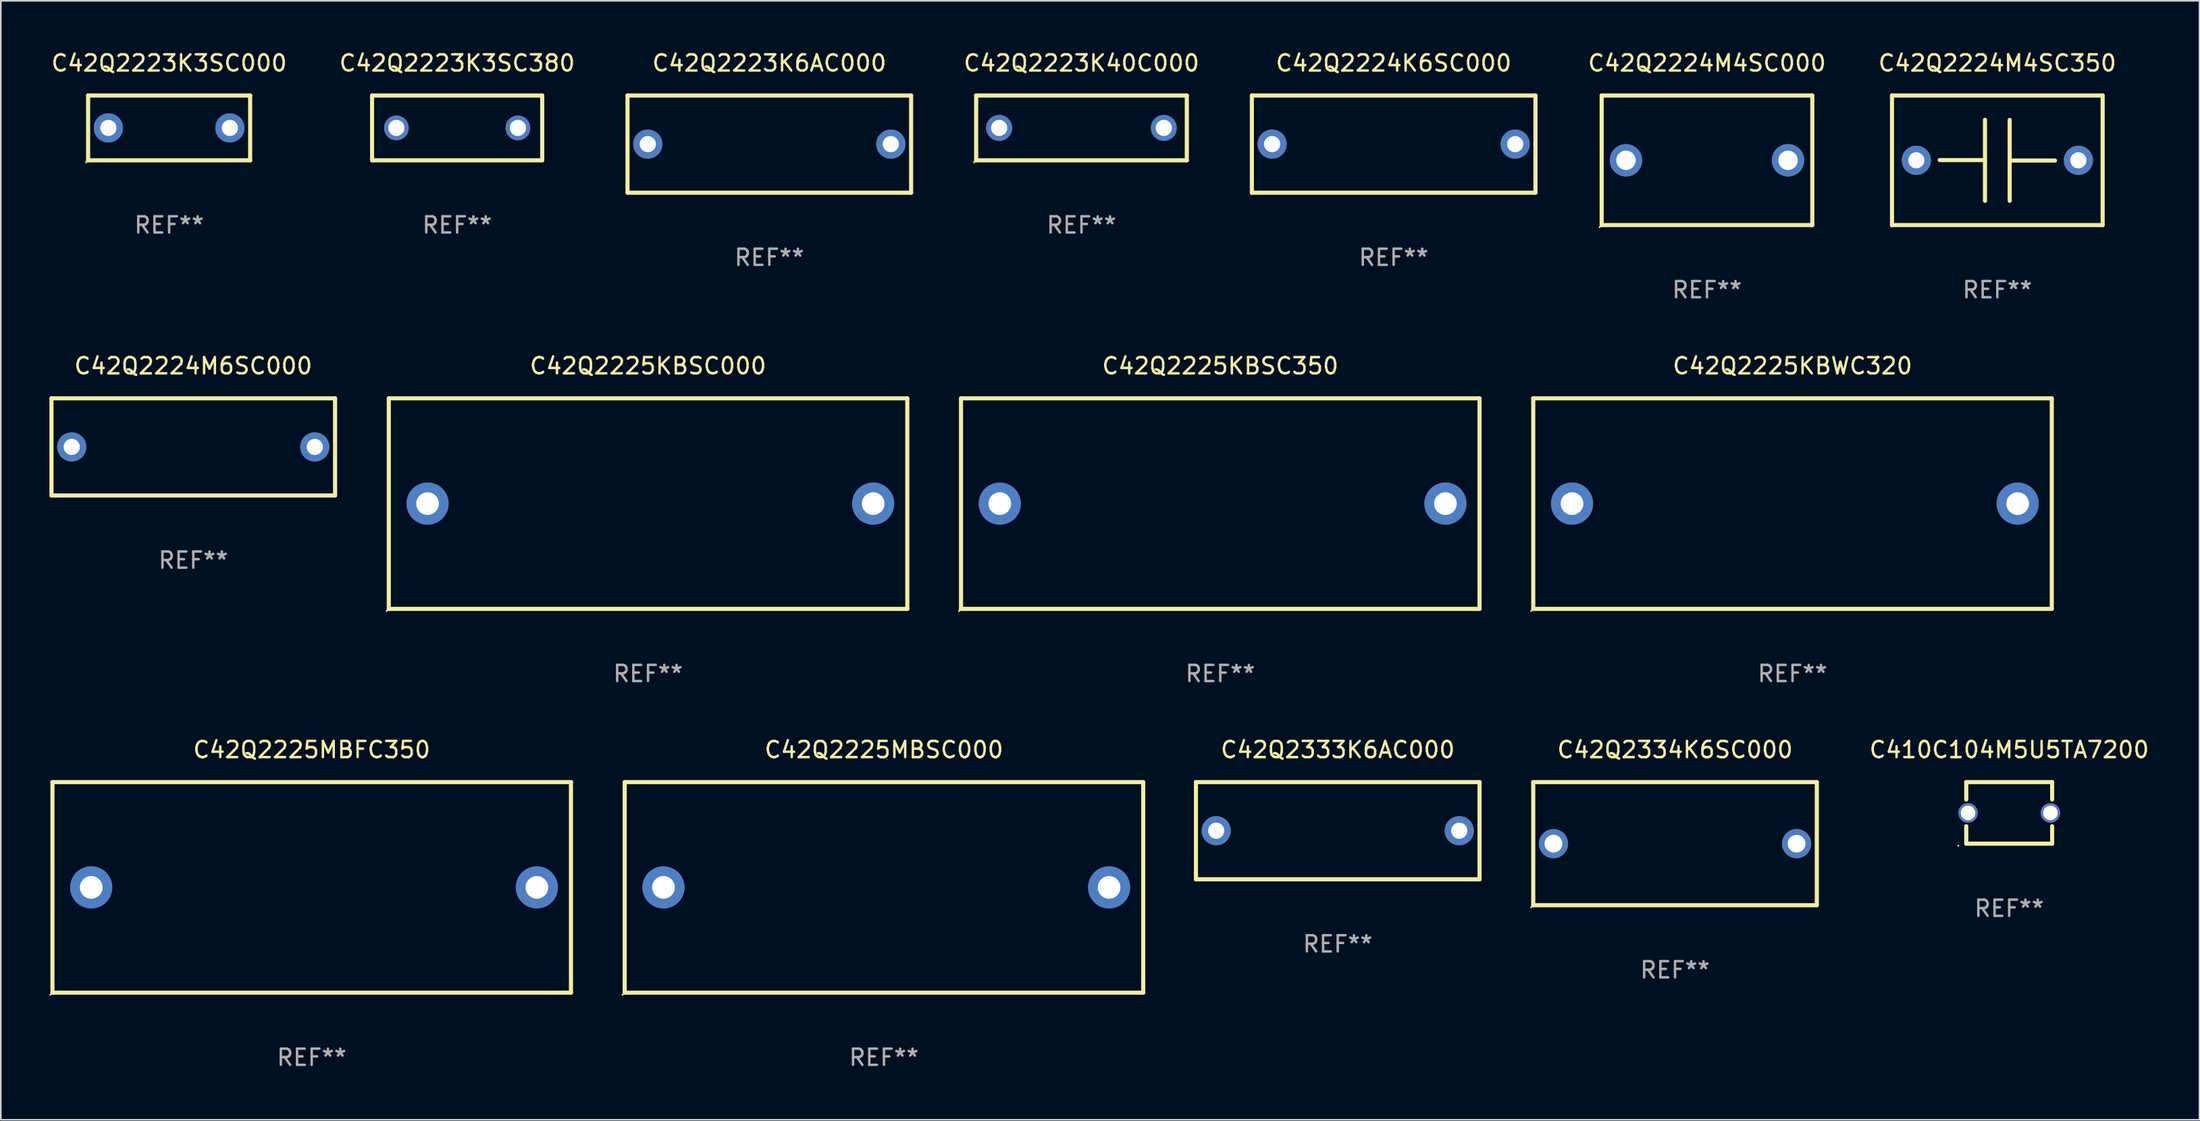
<source format=kicad_pcb>
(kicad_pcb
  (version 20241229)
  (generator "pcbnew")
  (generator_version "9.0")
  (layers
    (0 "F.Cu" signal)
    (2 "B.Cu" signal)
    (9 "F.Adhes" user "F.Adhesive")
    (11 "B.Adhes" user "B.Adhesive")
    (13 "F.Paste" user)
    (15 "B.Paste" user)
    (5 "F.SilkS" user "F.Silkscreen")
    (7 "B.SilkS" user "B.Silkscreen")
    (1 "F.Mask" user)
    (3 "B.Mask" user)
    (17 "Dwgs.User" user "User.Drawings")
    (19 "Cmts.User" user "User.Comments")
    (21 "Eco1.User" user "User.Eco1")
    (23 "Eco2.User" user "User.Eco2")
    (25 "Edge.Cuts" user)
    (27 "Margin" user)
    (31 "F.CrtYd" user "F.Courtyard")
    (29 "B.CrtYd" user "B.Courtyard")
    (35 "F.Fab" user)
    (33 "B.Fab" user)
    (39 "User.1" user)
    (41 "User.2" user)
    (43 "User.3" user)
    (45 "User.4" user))
  (footprint "C42Q2225KBSC350"
    (layer "F.Cu")
    (at 72.254 28.045)
    (property "Reference" "C42Q2225KBSC350" (at 0 -8.5 0) (layer "F.SilkS") (effects (font (size 1 1) (thickness 0.15))))
    (attr through_hole)
    (fp_line (start -15.999 -6.5) (end -15.999 6.5) (stroke (width 0.254) (type solid)) (layer "F.SilkS"))
    (fp_line (start -15.999 -6.5) (end 15.999 -6.5) (stroke (width 0.254) (type solid)) (layer "F.SilkS"))
    (fp_line (start 15.999 -6.5) (end 15.999 6.5) (stroke (width 0.254) (type solid)) (layer "F.SilkS"))
    (fp_line (start 15.999 6.5) (end -15.999 6.5) (stroke (width 0.254) (type solid)) (layer "F.SilkS"))
    (fp_circle (center -16.126 6.627) (end -16.096 6.627) (stroke (width 0.06) (type solid)) (fill no) (layer "F.SilkS"))
    (fp_text user "REF**" (at 0 10.5 0) (layer "F.Fab") (effects (font (size 1 1) (thickness 0.15))))
    (pad "1" thru_hole circle (at -13.606 0) (size 2.6 2.6) (drill 1.4) (layers "*.Cu" "*.Mask"))
    (pad "2" thru_hole circle (at 13.894 0) (size 2.6 2.6) (drill 1.4) (layers "*.Cu" "*.Mask")))
  (footprint "C42Q2223K6AC000"
    (layer "F.Cu")
    (at 44.425 5.848)
    (property "Reference" "C42Q2223K6AC000" (at 0 -5 0) (layer "F.SilkS") (effects (font (size 1 1) (thickness 0.15))))
    (attr through_hole)
    (fp_line (start -8.75 -3) (end 8.75 -3) (stroke (width 0.254) (type solid)) (layer "F.SilkS"))
    (fp_line (start -8.75 3) (end -8.75 -3) (stroke (width 0.254) (type solid)) (layer "F.SilkS"))
    (fp_line (start 8.75 -3) (end 8.75 3) (stroke (width 0.254) (type solid)) (layer "F.SilkS"))
    (fp_line (start 8.75 3) (end -8.75 3) (stroke (width 0.254) (type solid)) (layer "F.SilkS"))
    (fp_circle (center -8.75 3) (end -8.72 3) (stroke (width 0.06) (type solid)) (fill no) (layer "F.SilkS"))
    (fp_text user "REF**" (at 0 7 0) (layer "F.Fab") (effects (font (size 1 1) (thickness 0.15))))
    (pad "1" thru_hole circle (at -7.5 0) (size 1.8 1.8) (drill 1) (layers "*.Cu" "*.Mask"))
    (pad "2" thru_hole circle (at 7.5 0) (size 1.8 1.8) (drill 1) (layers "*.Cu" "*.Mask")))
  (footprint "C42Q2223K3SC380"
    (layer "F.Cu")
    (at 25.161 4.848)
    (property "Reference" "C42Q2223K3SC380" (at 0 -4 0) (layer "F.SilkS") (effects (font (size 1 1) (thickness 0.15))))
    (attr through_hole)
    (fp_line (start -5.25 -2) (end 5.25 -2) (stroke (width 0.254) (type solid)) (layer "F.SilkS"))
    (fp_line (start -5.25 2) (end -5.25 -2) (stroke (width 0.254) (type solid)) (layer "F.SilkS"))
    (fp_line (start 5.25 -2) (end 5.25 2) (stroke (width 0.254) (type solid)) (layer "F.SilkS"))
    (fp_line (start 5.25 2) (end -5.25 2) (stroke (width 0.254) (type solid)) (layer "F.SilkS"))
    (fp_circle (center -5.25 2) (end -5.22 2) (stroke (width 0.06) (type solid)) (fill no) (layer "F.SilkS"))
    (fp_text user "REF**" (at 0 6 0) (layer "F.Fab") (effects (font (size 1 1) (thickness 0.15))))
    (pad "1" thru_hole circle (at -3.75 0) (size 1.524 1.524) (drill 1) (layers "*.Cu" "*.Mask"))
    (pad "2" thru_hole circle (at 3.75 0) (size 1.524 1.524) (drill 1) (layers "*.Cu" "*.Mask")))
  (footprint "C42Q2225MBFC350"
    (layer "F.Cu")
    (at 16.186 51.741)
    (property "Reference" "C42Q2225MBFC350" (at 0 -8.5 0) (layer "F.SilkS") (effects (font (size 1 1) (thickness 0.15))))
    (attr through_hole)
    (fp_line (start -15.999 -6.5) (end -15.999 6.5) (stroke (width 0.254) (type solid)) (layer "F.SilkS"))
    (fp_line (start -15.999 -6.5) (end 15.999 -6.5) (stroke (width 0.254) (type solid)) (layer "F.SilkS"))
    (fp_line (start 15.999 -6.5) (end 15.999 6.5) (stroke (width 0.254) (type solid)) (layer "F.SilkS"))
    (fp_line (start 15.999 6.5) (end -15.999 6.5) (stroke (width 0.254) (type solid)) (layer "F.SilkS"))
    (fp_circle (center -16.126 6.627) (end -16.096 6.627) (stroke (width 0.06) (type solid)) (fill no) (layer "F.SilkS"))
    (fp_text user "REF**" (at 0 10.5 0) (layer "F.Fab") (effects (font (size 1 1) (thickness 0.15))))
    (pad "1" thru_hole circle (at -13.606 0) (size 2.6 2.6) (drill 1.4) (layers "*.Cu" "*.Mask"))
    (pad "2" thru_hole circle (at 13.894 0) (size 2.6 2.6) (drill 1.4) (layers "*.Cu" "*.Mask")))
  (footprint "C42Q2225KBSC000"
    (layer "F.Cu")
    (at 36.941 28.045)
    (property "Reference" "C42Q2225KBSC000" (at 0 -8.5 0) (layer "F.SilkS") (effects (font (size 1 1) (thickness 0.15))))
    (attr through_hole)
    (fp_line (start -15.999 -6.5) (end -15.999 6.5) (stroke (width 0.254) (type solid)) (layer "F.SilkS"))
    (fp_line (start -15.999 -6.5) (end 15.999 -6.5) (stroke (width 0.254) (type solid)) (layer "F.SilkS"))
    (fp_line (start 15.999 -6.5) (end 15.999 6.5) (stroke (width 0.254) (type solid)) (layer "F.SilkS"))
    (fp_line (start 15.999 6.5) (end -15.999 6.5) (stroke (width 0.254) (type solid)) (layer "F.SilkS"))
    (fp_circle (center -16.126 6.627) (end -16.096 6.627) (stroke (width 0.06) (type solid)) (fill no) (layer "F.SilkS"))
    (fp_text user "REF**" (at 0 10.5 0) (layer "F.Fab") (effects (font (size 1 1) (thickness 0.15))))
    (pad "1" thru_hole circle (at -13.606 0) (size 2.6 2.6) (drill 1.4) (layers "*.Cu" "*.Mask"))
    (pad "2" thru_hole circle (at 13.894 0) (size 2.6 2.6) (drill 1.4) (layers "*.Cu" "*.Mask")))
  (footprint "C42Q2224M6SC000"
    (layer "F.Cu")
    (at 8.877 24.545)
    (property "Reference" "C42Q2224M6SC000" (at 0 -5 0) (layer "F.SilkS") (effects (font (size 1 1) (thickness 0.15))))
    (attr through_hole)
    (fp_line (start -8.75 -3) (end 8.75 -3) (stroke (width 0.254) (type solid)) (layer "F.SilkS"))
    (fp_line (start -8.75 3) (end -8.75 -3) (stroke (width 0.254) (type solid)) (layer "F.SilkS"))
    (fp_line (start 8.75 -3) (end 8.75 3) (stroke (width 0.254) (type solid)) (layer "F.SilkS"))
    (fp_line (start 8.75 3) (end -8.75 3) (stroke (width 0.254) (type solid)) (layer "F.SilkS"))
    (fp_circle (center -8.75 3) (end -8.72 3) (stroke (width 0.06) (type solid)) (fill no) (layer "F.SilkS"))
    (fp_text user "REF**" (at 0 7 0) (layer "F.Fab") (effects (font (size 1 1) (thickness 0.15))))
    (pad "1" thru_hole circle (at -7.5 0) (size 1.8 1.8) (drill 1) (layers "*.Cu" "*.Mask"))
    (pad "2" thru_hole circle (at 7.5 0) (size 1.8 1.8) (drill 1) (layers "*.Cu" "*.Mask")))
  (footprint "C410C104M5U5TA7200"
    (layer "F.Cu")
    (at 120.939 47.141)
    (property "Reference" "C410C104M5U5TA7200" (at 0 -3.9 0) (layer "F.SilkS") (effects (font (size 1 1) (thickness 0.15))))
    (attr through_hole)
    (fp_line (start -2.65 -1.9) (end 2.65 -1.9) (stroke (width 0.254) (type solid)) (layer "F.SilkS"))
    (fp_line (start -2.65 -0.824) (end -2.65 -1.9) (stroke (width 0.254) (type solid)) (layer "F.SilkS"))
    (fp_line (start -2.65 1.9) (end -2.65 0.824) (stroke (width 0.254) (type solid)) (layer "F.SilkS"))
    (fp_line (start 2.65 -0.824) (end 2.65 -1.9) (stroke (width 0.254) (type solid)) (layer "F.SilkS"))
    (fp_line (start 2.65 1.9) (end -2.65 1.9) (stroke (width 0.254) (type solid)) (layer "F.SilkS"))
    (fp_line (start 2.65 1.9) (end 2.65 0.824) (stroke (width 0.254) (type solid)) (layer "F.SilkS"))
    (fp_circle (center -3.14 2.027) (end -3.11 2.027) (stroke (width 0.06) (type solid)) (fill no) (layer "F.SilkS"))
    (fp_text user "REF**" (at 0 5.9 0) (layer "F.Fab") (effects (font (size 1 1) (thickness 0.15))))
    (pad "1" thru_hole circle (at -2.54 0) (size 1.2 1.2) (drill 0.9) (layers "*.Cu" "*.Mask"))
    (pad "2" thru_hole circle (at 2.54 0) (size 1.2 1.2) (drill 0.9) (layers "*.Cu" "*.Mask")))
  (footprint "C42Q2333K6AC000"
    (layer "F.Cu")
    (at 79.503 48.241)
    (property "Reference" "C42Q2333K6AC000" (at 0 -5 0) (layer "F.SilkS") (effects (font (size 1 1) (thickness 0.15))))
    (attr through_hole)
    (fp_line (start -8.75 -3) (end 8.75 -3) (stroke (width 0.254) (type solid)) (layer "F.SilkS"))
    (fp_line (start -8.75 3) (end -8.75 -3) (stroke (width 0.254) (type solid)) (layer "F.SilkS"))
    (fp_line (start 8.75 -3) (end 8.75 3) (stroke (width 0.254) (type solid)) (layer "F.SilkS"))
    (fp_line (start 8.75 3) (end -8.75 3) (stroke (width 0.254) (type solid)) (layer "F.SilkS"))
    (fp_circle (center -8.75 3) (end -8.72 3) (stroke (width 0.06) (type solid)) (fill no) (layer "F.SilkS"))
    (fp_text user "REF**" (at 0 7 0) (layer "F.Fab") (effects (font (size 1 1) (thickness 0.15))))
    (pad "1" thru_hole circle (at -7.5 0) (size 1.8 1.8) (drill 1) (layers "*.Cu" "*.Mask"))
    (pad "2" thru_hole circle (at 7.5 0) (size 1.8 1.8) (drill 1) (layers "*.Cu" "*.Mask")))
  (footprint "C42Q2224M4SC350"
    (layer "F.Cu")
    (at 120.206 6.848)
    (property "Reference" "C42Q2224M4SC350" (at 0 -6 0) (layer "F.SilkS") (effects (font (size 1 1) (thickness 0.15))))
    (attr through_hole)
    (fp_line (start -6.5 -4) (end -6.5 4) (stroke (width 0.254) (type solid)) (layer "F.SilkS"))
    (fp_line (start -6.5 -4) (end 6.5 -4) (stroke (width 0.254) (type solid)) (layer "F.SilkS"))
    (fp_line (start -0.761 -2.5) (end -0.761 2.5) (stroke (width 0.254) (type solid)) (layer "F.SilkS"))
    (fp_line (start -0.761 -0.013) (end -3.555 -0.013) (stroke (width 0.254) (type solid)) (layer "F.SilkS"))
    (fp_line (start 0.763 0.013) (end 3.557 0.013) (stroke (width 0.254) (type solid)) (layer "F.SilkS"))
    (fp_line (start 0.763 2.5) (end 0.763 -2.5) (stroke (width 0.254) (type solid)) (layer "F.SilkS"))
    (fp_line (start 6.5 4) (end -6.5 4) (stroke (width 0.254) (type solid)) (layer "F.SilkS"))
    (fp_line (start 6.5 4) (end 6.5 -4) (stroke (width 0.254) (type solid)) (layer "F.SilkS"))
    (fp_circle (center -6.499 4) (end -6.469 4) (stroke (width 0.06) (type solid)) (fill no) (layer "F.SilkS"))
    (fp_text user "REF**" (at 0 8 0) (layer "F.Fab") (effects (font (size 1 1) (thickness 0.15))))
    (pad "1" thru_hole circle (at -4.999 0) (size 1.8 1.8) (drill 1) (layers "*.Cu" "*.Mask"))
    (pad "2" thru_hole circle (at 5.001 0) (size 1.8 1.8) (drill 1) (layers "*.Cu" "*.Mask")))
  (footprint "C42Q2225KBWC320"
    (layer "F.Cu")
    (at 107.567 28.045)
    (property "Reference" "C42Q2225KBWC320" (at 0 -8.5 0) (layer "F.SilkS") (effects (font (size 1 1) (thickness 0.15))))
    (attr through_hole)
    (fp_line (start -15.999 -6.5) (end -15.999 6.5) (stroke (width 0.254) (type solid)) (layer "F.SilkS"))
    (fp_line (start -15.999 -6.5) (end 15.999 -6.5) (stroke (width 0.254) (type solid)) (layer "F.SilkS"))
    (fp_line (start 15.999 -6.5) (end 15.999 6.5) (stroke (width 0.254) (type solid)) (layer "F.SilkS"))
    (fp_line (start 15.999 6.5) (end -15.999 6.5) (stroke (width 0.254) (type solid)) (layer "F.SilkS"))
    (fp_circle (center -16.126 6.627) (end -16.096 6.627) (stroke (width 0.06) (type solid)) (fill no) (layer "F.SilkS"))
    (fp_text user "REF**" (at 0 10.5 0) (layer "F.Fab") (effects (font (size 1 1) (thickness 0.15))))
    (pad "1" thru_hole circle (at -13.606 0) (size 2.6 2.6) (drill 1.4) (layers "*.Cu" "*.Mask"))
    (pad "2" thru_hole circle (at 13.894 0) (size 2.6 2.6) (drill 1.4) (layers "*.Cu" "*.Mask")))
  (footprint "C42Q2224K6SC000"
    (layer "F.Cu")
    (at 82.953 5.848)
    (property "Reference" "C42Q2224K6SC000" (at 0 -5 0) (layer "F.SilkS") (effects (font (size 1 1) (thickness 0.15))))
    (attr through_hole)
    (fp_line (start -8.75 -3) (end 8.75 -3) (stroke (width 0.254) (type solid)) (layer "F.SilkS"))
    (fp_line (start -8.75 3) (end -8.75 -3) (stroke (width 0.254) (type solid)) (layer "F.SilkS"))
    (fp_line (start 8.75 -3) (end 8.75 3) (stroke (width 0.254) (type solid)) (layer "F.SilkS"))
    (fp_line (start 8.75 3) (end -8.75 3) (stroke (width 0.254) (type solid)) (layer "F.SilkS"))
    (fp_circle (center -8.75 3) (end -8.72 3) (stroke (width 0.06) (type solid)) (fill no) (layer "F.SilkS"))
    (fp_text user "REF**" (at 0 7 0) (layer "F.Fab") (effects (font (size 1 1) (thickness 0.15))))
    (pad "1" thru_hole circle (at -7.5 0) (size 1.8 1.8) (drill 1) (layers "*.Cu" "*.Mask"))
    (pad "2" thru_hole circle (at 7.5 0) (size 1.8 1.8) (drill 1) (layers "*.Cu" "*.Mask")))
  (footprint "C42Q2223K40C000"
    (layer "F.Cu")
    (at 63.689 4.848)
    (property "Reference" "C42Q2223K40C000" (at 0 -4 0) (layer "F.SilkS") (effects (font (size 1 1) (thickness 0.15))))
    (attr through_hole)
    (fp_line (start -6.5 -2) (end 6.5 -2) (stroke (width 0.254) (type solid)) (layer "F.SilkS"))
    (fp_line (start -6.5 2) (end -6.5 -2) (stroke (width 0.254) (type solid)) (layer "F.SilkS"))
    (fp_line (start 6.5 -2) (end 6.5 2) (stroke (width 0.254) (type solid)) (layer "F.SilkS"))
    (fp_line (start 6.5 2) (end -6.5 2) (stroke (width 0.254) (type solid)) (layer "F.SilkS"))
    (fp_circle (center -6.627 2.127) (end -6.597 2.127) (stroke (width 0.06) (type solid)) (fill no) (layer "F.SilkS"))
    (fp_text user "REF**" (at 0 6 0) (layer "F.Fab") (effects (font (size 1 1) (thickness 0.15))))
    (pad "1" thru_hole circle (at -5.08 0) (size 1.6 1.6) (drill 1) (layers "*.Cu" "*.Mask"))
    (pad "2" thru_hole circle (at 5.08 0) (size 1.6 1.6) (drill 1) (layers "*.Cu" "*.Mask")))
  (footprint "C42Q2334K6SC000"
    (layer "F.Cu")
    (at 100.317 49.041)
    (property "Reference" "C42Q2334K6SC000" (at 0 -5.8 0) (layer "F.SilkS") (effects (font (size 1 1) (thickness 0.15))))
    (attr through_hole)
    (fp_line (start -8.75 -3.8) (end 8.75 -3.8) (stroke (width 0.254) (type solid)) (layer "F.SilkS"))
    (fp_line (start -8.75 3.8) (end -8.75 -3.8) (stroke (width 0.254) (type solid)) (layer "F.SilkS"))
    (fp_line (start 8.75 -3.8) (end 8.75 3.8) (stroke (width 0.254) (type solid)) (layer "F.SilkS"))
    (fp_line (start 8.75 3.8) (end -8.75 3.8) (stroke (width 0.254) (type solid)) (layer "F.SilkS"))
    (fp_circle (center -8.877 3.927) (end -8.847 3.927) (stroke (width 0.06) (type solid)) (fill no) (layer "F.SilkS"))
    (fp_text user "REF**" (at 0 7.8 0) (layer "F.Fab") (effects (font (size 1 1) (thickness 0.15))))
    (pad "1" thru_hole circle (at -7.501 0) (size 1.8 1.8) (drill 1.1) (layers "*.Cu" "*.Mask"))
    (pad "2" thru_hole circle (at 7.501 0) (size 1.8 1.8) (drill 1.1) (layers "*.Cu" "*.Mask")))
  (footprint "C42Q2223K3SC000"
    (layer "F.Cu")
    (at 7.387 4.848)
    (property "Reference" "C42Q2223K3SC000" (at 0 -4 0) (layer "F.SilkS") (effects (font (size 1 1) (thickness 0.15))))
    (attr through_hole)
    (fp_line (start -5 -2) (end 5 -2) (stroke (width 0.254) (type solid)) (layer "F.SilkS"))
    (fp_line (start -5 2) (end -5 -2) (stroke (width 0.254) (type solid)) (layer "F.SilkS"))
    (fp_line (start 5 -2) (end 5 2) (stroke (width 0.254) (type solid)) (layer "F.SilkS"))
    (fp_line (start 5 2) (end -5 2) (stroke (width 0.254) (type solid)) (layer "F.SilkS"))
    (fp_circle (center -5.127 2.127) (end -5.097 2.127) (stroke (width 0.06) (type solid)) (fill no) (layer "F.SilkS"))
    (fp_text user "REF**" (at 0 6 0) (layer "F.Fab") (effects (font (size 1 1) (thickness 0.15))))
    (pad "1" thru_hole circle (at -3.75 0) (size 1.8 1.8) (drill 1) (layers "*.Cu" "*.Mask"))
    (pad "2" thru_hole circle (at 3.75 0) (size 1.8 1.8) (drill 1) (layers "*.Cu" "*.Mask")))
  (footprint "C42Q2224M4SC000"
    (layer "F.Cu")
    (at 102.289 6.848)
    (property "Reference" "C42Q2224M4SC000" (at 0 -6 0) (layer "F.SilkS") (effects (font (size 1 1) (thickness 0.15))))
    (attr through_hole)
    (fp_line (start -6.5 -4) (end -6.5 4) (stroke (width 0.254) (type solid)) (layer "F.SilkS"))
    (fp_line (start -6.5 -4) (end 6.5 -4) (stroke (width 0.254) (type solid)) (layer "F.SilkS"))
    (fp_line (start 6.5 4) (end -6.5 4) (stroke (width 0.254) (type solid)) (layer "F.SilkS"))
    (fp_line (start 6.5 4) (end 6.5 -4) (stroke (width 0.254) (type solid)) (layer "F.SilkS"))
    (fp_circle (center -6.627 4.127) (end -6.597 4.127) (stroke (width 0.06) (type solid)) (fill no) (layer "F.SilkS"))
    (fp_text user "REF**" (at 0 8 0) (layer "F.Fab") (effects (font (size 1 1) (thickness 0.15))))
    (pad "1" thru_hole circle (at -4.999 0) (size 2 2) (drill 1.2) (layers "*.Cu" "*.Mask"))
    (pad "2" thru_hole circle (at 5.001 0) (size 2 2) (drill 1.2) (layers "*.Cu" "*.Mask")))
  (footprint "C42Q2225MBSC000"
    (layer "F.Cu")
    (at 51.499 51.741)
    (property "Reference" "C42Q2225MBSC000" (at 0 -8.5 0) (layer "F.SilkS") (effects (font (size 1 1) (thickness 0.15))))
    (attr through_hole)
    (fp_line (start -15.999 -6.5) (end -15.999 6.5) (stroke (width 0.254) (type solid)) (layer "F.SilkS"))
    (fp_line (start -15.999 -6.5) (end 15.999 -6.5) (stroke (width 0.254) (type solid)) (layer "F.SilkS"))
    (fp_line (start 15.999 -6.5) (end 15.999 6.5) (stroke (width 0.254) (type solid)) (layer "F.SilkS"))
    (fp_line (start 15.999 6.5) (end -15.999 6.5) (stroke (width 0.254) (type solid)) (layer "F.SilkS"))
    (fp_circle (center -16.126 6.627) (end -16.096 6.627) (stroke (width 0.06) (type solid)) (fill no) (layer "F.SilkS"))
    (fp_text user "REF**" (at 0 10.5 0) (layer "F.Fab") (effects (font (size 1 1) (thickness 0.15))))
    (pad "1" thru_hole circle (at -13.606 0) (size 2.6 2.6) (drill 1.4) (layers "*.Cu" "*.Mask"))
    (pad "2" thru_hole circle (at 13.894 0) (size 2.6 2.6) (drill 1.4) (layers "*.Cu" "*.Mask")))
  (gr_rect
    (start -3 -3)
    (end 132.683 66.09)
    (stroke (width 0.1) (type default))
    (fill no)
    (layer "Edge.Cuts")))
</source>
